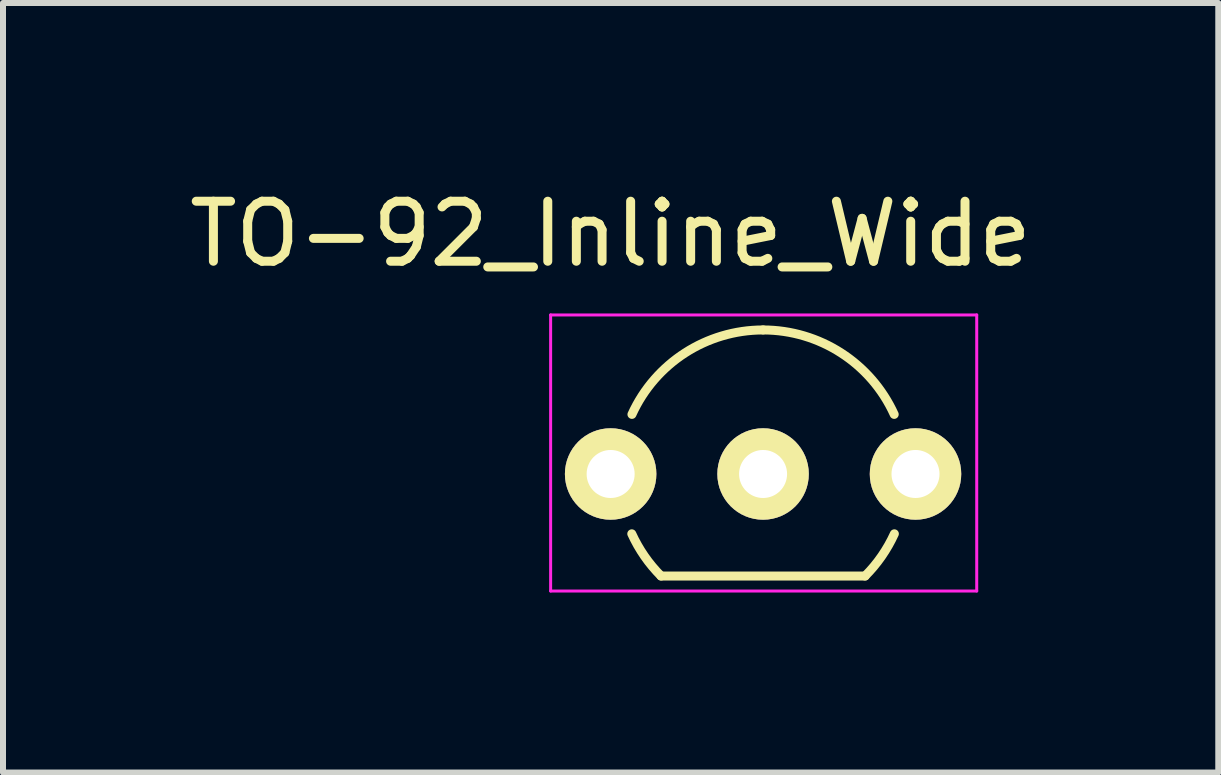
<source format=kicad_pcb>
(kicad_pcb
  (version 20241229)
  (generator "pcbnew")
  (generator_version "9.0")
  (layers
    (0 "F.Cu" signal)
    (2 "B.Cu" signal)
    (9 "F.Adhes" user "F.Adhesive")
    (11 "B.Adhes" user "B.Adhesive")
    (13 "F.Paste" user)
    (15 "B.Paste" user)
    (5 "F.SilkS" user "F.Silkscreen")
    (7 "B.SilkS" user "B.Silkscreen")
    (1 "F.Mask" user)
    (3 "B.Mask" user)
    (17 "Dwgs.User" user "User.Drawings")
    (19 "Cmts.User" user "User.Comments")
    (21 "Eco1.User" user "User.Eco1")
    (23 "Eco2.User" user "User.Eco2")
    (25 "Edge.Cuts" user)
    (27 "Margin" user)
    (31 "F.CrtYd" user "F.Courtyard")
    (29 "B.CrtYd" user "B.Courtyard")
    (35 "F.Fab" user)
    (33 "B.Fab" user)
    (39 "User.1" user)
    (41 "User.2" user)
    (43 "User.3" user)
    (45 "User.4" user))
  (footprint "TO-92_Inline_Wide"
    (layer "F.Cu")
    (at 7.125 4.848)
    (property "Reference" "TO-92_Inline_Wide" (at 0 -4 0) (layer "F.SilkS") (effects (font (size 1 1) (thickness 0.15))))
    (attr through_hole)
    (fp_line (start 0.84 1.7) (end 4.24 1.7) (stroke (width 0.15) (type solid)) (layer "F.SilkS"))
    (fp_arc (start 0.355121 -0.993127) (mid 1.240675 -2.017858) (end 2.54 -2.4) (stroke (width 0.15) (type solid)) (layer "F.SilkS"))
    (fp_arc (start 0.84 1.7) (mid 0.564627 1.370365) (end 0.352305 0.99699) (stroke (width 0.15) (type solid)) (layer "F.SilkS"))
    (fp_arc (start 2.54 -2.4) (mid 3.839326 -2.017858) (end 4.724879 -0.993127) (stroke (width 0.15) (type solid)) (layer "F.SilkS"))
    (fp_arc (start 4.727695 0.99699) (mid 4.515373 1.370365) (end 4.24 1.7) (stroke (width 0.15) (type solid)) (layer "F.SilkS"))
    (fp_line (start -1 -2.65) (end 6.1 -2.65) (stroke (width 0.05) (type solid)) (layer "F.CrtYd"))
    (fp_line (start -1 1.95) (end -1 -2.65) (stroke (width 0.05) (type solid)) (layer "F.CrtYd"))
    (fp_line (start -1 1.95) (end 6.1 1.95) (stroke (width 0.05) (type solid)) (layer "F.CrtYd"))
    (fp_line (start 6.1 1.95) (end 6.1 -2.65) (stroke (width 0.05) (type solid)) (layer "F.CrtYd"))
    (pad "1" thru_hole circle (at 2.54 0 90) (size 1.524 1.524) (drill 0.8) (layers "*.Cu" "*.Mask" "F.SilkS"))
    (pad "2" thru_hole circle (at 0 0 90) (size 1.524 1.524) (drill 0.8) (layers "*.Cu" "*.Mask" "F.SilkS"))
    (pad "3" thru_hole circle (at 5.08 0 90) (size 1.524 1.524) (drill 0.8) (layers "*.Cu" "*.Mask" "F.SilkS")))
  (gr_rect
    (start -3 -3)
    (end 17.25 9.823)
    (stroke (width 0.1) (type default))
    (fill no)
    (layer "Edge.Cuts")))
</source>
